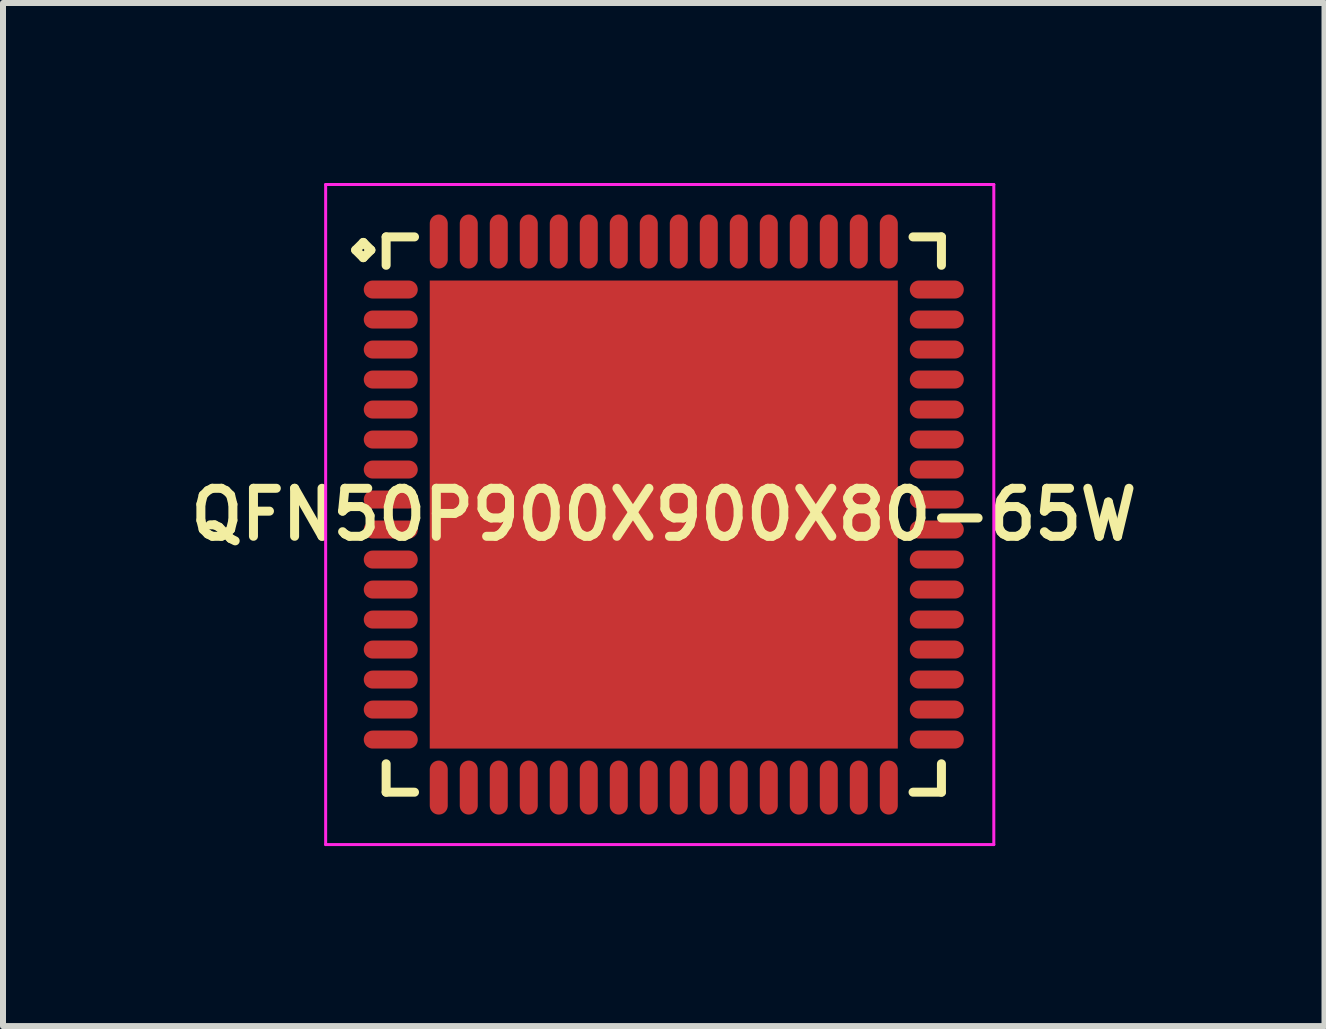
<source format=kicad_pcb>
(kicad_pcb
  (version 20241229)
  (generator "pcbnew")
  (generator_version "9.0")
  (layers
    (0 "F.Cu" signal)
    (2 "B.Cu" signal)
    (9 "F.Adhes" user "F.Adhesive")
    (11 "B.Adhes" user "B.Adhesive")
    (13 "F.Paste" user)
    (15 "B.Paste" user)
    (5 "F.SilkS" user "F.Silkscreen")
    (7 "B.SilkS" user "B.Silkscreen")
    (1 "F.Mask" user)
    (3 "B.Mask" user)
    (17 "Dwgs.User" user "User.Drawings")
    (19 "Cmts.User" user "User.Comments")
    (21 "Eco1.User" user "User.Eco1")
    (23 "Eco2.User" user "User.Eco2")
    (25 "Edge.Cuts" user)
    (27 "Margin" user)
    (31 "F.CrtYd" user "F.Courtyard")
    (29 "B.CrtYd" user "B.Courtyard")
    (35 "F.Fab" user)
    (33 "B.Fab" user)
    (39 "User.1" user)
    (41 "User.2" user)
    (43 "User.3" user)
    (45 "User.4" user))
  (footprint "QFN50P900X900X80-65W"
    (layer "F.Cu")
    (at 8.012 5.525)
    (property "Reference" "QFN50P900X900X80-65W" (at 0 0 0) (layer "F.SilkS") (effects (font (size 0.8 0.8) (thickness 0.15))))
    (attr smd)
    (fp_line (start -5.135 -4.408) (end -5.008 -4.535) (stroke (width 0.15) (type solid)) (layer "F.SilkS"))
    (fp_line (start -5.008 -4.535) (end -4.881 -4.408) (stroke (width 0.15) (type solid)) (layer "F.SilkS"))
    (fp_line (start -5.008 -4.281) (end -5.135 -4.408) (stroke (width 0.15) (type solid)) (layer "F.SilkS"))
    (fp_line (start -4.881 -4.408) (end -5.008 -4.281) (stroke (width 0.15) (type solid)) (layer "F.SilkS"))
    (fp_line (start -4.627 -4.627) (end -4.154 -4.627) (stroke (width 0.15) (type solid)) (layer "F.SilkS"))
    (fp_line (start -4.627 -4.154) (end -4.627 -4.627) (stroke (width 0.15) (type solid)) (layer "F.SilkS"))
    (fp_line (start -4.627 4.154) (end -4.627 4.627) (stroke (width 0.15) (type solid)) (layer "F.SilkS"))
    (fp_line (start -4.627 4.627) (end -4.154 4.627) (stroke (width 0.15) (type solid)) (layer "F.SilkS"))
    (fp_line (start 4.154 -4.627) (end 4.627 -4.627) (stroke (width 0.15) (type solid)) (layer "F.SilkS"))
    (fp_line (start 4.154 4.627) (end 4.627 4.627) (stroke (width 0.15) (type solid)) (layer "F.SilkS"))
    (fp_line (start 4.627 -4.627) (end 4.627 -4.154) (stroke (width 0.15) (type solid)) (layer "F.SilkS"))
    (fp_line (start 4.627 4.627) (end 4.627 4.154) (stroke (width 0.15) (type solid)) (layer "F.SilkS"))
    (fp_line (start -5.635 -5.5) (end 5.5 -5.5) (stroke (width 0.05) (type solid)) (layer "F.CrtYd"))
    (fp_line (start -5.635 5.5) (end -5.635 -5.5) (stroke (width 0.05) (type solid)) (layer "F.CrtYd"))
    (fp_line (start 5.5 -5.5) (end 5.5 5.5) (stroke (width 0.05) (type solid)) (layer "F.CrtYd"))
    (fp_line (start 5.5 5.5) (end -5.635 5.5) (stroke (width 0.05) (type solid)) (layer "F.CrtYd"))
    (pad "1" smd oval (at -4.55 -3.75) (size 0.9 0.3) (layers "F.Cu" "F.Mask" "F.Paste"))
    (pad "2" smd oval (at -4.55 -3.25) (size 0.9 0.3) (layers "F.Cu" "F.Mask" "F.Paste"))
    (pad "3" smd oval (at -4.55 -2.75) (size 0.9 0.3) (layers "F.Cu" "F.Mask" "F.Paste"))
    (pad "4" smd oval (at -4.55 -2.25) (size 0.9 0.3) (layers "F.Cu" "F.Mask" "F.Paste"))
    (pad "5" smd oval (at -4.55 -1.75) (size 0.9 0.3) (layers "F.Cu" "F.Mask" "F.Paste"))
    (pad "6" smd oval (at -4.55 -1.25) (size 0.9 0.3) (layers "F.Cu" "F.Mask" "F.Paste"))
    (pad "7" smd oval (at -4.55 -0.75) (size 0.9 0.3) (layers "F.Cu" "F.Mask" "F.Paste"))
    (pad "8" smd oval (at -4.55 -0.25) (size 0.9 0.3) (layers "F.Cu" "F.Mask" "F.Paste"))
    (pad "9" smd oval (at -4.55 0.25) (size 0.9 0.3) (layers "F.Cu" "F.Mask" "F.Paste"))
    (pad "10" smd oval (at -4.55 0.75) (size 0.9 0.3) (layers "F.Cu" "F.Mask" "F.Paste"))
    (pad "11" smd oval (at -4.55 1.25) (size 0.9 0.3) (layers "F.Cu" "F.Mask" "F.Paste"))
    (pad "12" smd oval (at -4.55 1.75) (size 0.9 0.3) (layers "F.Cu" "F.Mask" "F.Paste"))
    (pad "13" smd oval (at -4.55 2.25) (size 0.9 0.3) (layers "F.Cu" "F.Mask" "F.Paste"))
    (pad "14" smd oval (at -4.55 2.75) (size 0.9 0.3) (layers "F.Cu" "F.Mask" "F.Paste"))
    (pad "15" smd oval (at -4.55 3.25) (size 0.9 0.3) (layers "F.Cu" "F.Mask" "F.Paste"))
    (pad "16" smd oval (at -4.55 3.75) (size 0.9 0.3) (layers "F.Cu" "F.Mask" "F.Paste"))
    (pad "17" smd oval (at -3.75 4.55) (size 0.3 0.9) (layers "F.Cu" "F.Mask" "F.Paste"))
    (pad "18" smd oval (at -3.25 4.55) (size 0.3 0.9) (layers "F.Cu" "F.Mask" "F.Paste"))
    (pad "19" smd oval (at -2.75 4.55) (size 0.3 0.9) (layers "F.Cu" "F.Mask" "F.Paste"))
    (pad "20" smd oval (at -2.25 4.55) (size 0.3 0.9) (layers "F.Cu" "F.Mask" "F.Paste"))
    (pad "21" smd oval (at -1.75 4.55) (size 0.3 0.9) (layers "F.Cu" "F.Mask" "F.Paste"))
    (pad "22" smd oval (at -1.25 4.55) (size 0.3 0.9) (layers "F.Cu" "F.Mask" "F.Paste"))
    (pad "23" smd oval (at -0.75 4.55) (size 0.3 0.9) (layers "F.Cu" "F.Mask" "F.Paste"))
    (pad "24" smd oval (at -0.25 4.55) (size 0.3 0.9) (layers "F.Cu" "F.Mask" "F.Paste"))
    (pad "25" smd oval (at 0.25 4.55) (size 0.3 0.9) (layers "F.Cu" "F.Mask" "F.Paste"))
    (pad "26" smd oval (at 0.75 4.55) (size 0.3 0.9) (layers "F.Cu" "F.Mask" "F.Paste"))
    (pad "27" smd oval (at 1.25 4.55) (size 0.3 0.9) (layers "F.Cu" "F.Mask" "F.Paste"))
    (pad "28" smd oval (at 1.75 4.55) (size 0.3 0.9) (layers "F.Cu" "F.Mask" "F.Paste"))
    (pad "29" smd oval (at 2.25 4.55) (size 0.3 0.9) (layers "F.Cu" "F.Mask" "F.Paste"))
    (pad "30" smd oval (at 2.75 4.55) (size 0.3 0.9) (layers "F.Cu" "F.Mask" "F.Paste"))
    (pad "31" smd oval (at 3.25 4.55) (size 0.3 0.9) (layers "F.Cu" "F.Mask" "F.Paste"))
    (pad "32" smd oval (at 3.75 4.55) (size 0.3 0.9) (layers "F.Cu" "F.Mask" "F.Paste"))
    (pad "33" smd oval (at 4.55 3.75) (size 0.9 0.3) (layers "F.Cu" "F.Mask" "F.Paste"))
    (pad "34" smd oval (at 4.55 3.25) (size 0.9 0.3) (layers "F.Cu" "F.Mask" "F.Paste"))
    (pad "35" smd oval (at 4.55 2.75) (size 0.9 0.3) (layers "F.Cu" "F.Mask" "F.Paste"))
    (pad "36" smd oval (at 4.55 2.25) (size 0.9 0.3) (layers "F.Cu" "F.Mask" "F.Paste"))
    (pad "37" smd oval (at 4.55 1.75) (size 0.9 0.3) (layers "F.Cu" "F.Mask" "F.Paste"))
    (pad "38" smd oval (at 4.55 1.25) (size 0.9 0.3) (layers "F.Cu" "F.Mask" "F.Paste"))
    (pad "39" smd oval (at 4.55 0.75) (size 0.9 0.3) (layers "F.Cu" "F.Mask" "F.Paste"))
    (pad "40" smd oval (at 4.55 0.25) (size 0.9 0.3) (layers "F.Cu" "F.Mask" "F.Paste"))
    (pad "41" smd oval (at 4.55 -0.25) (size 0.9 0.3) (layers "F.Cu" "F.Mask" "F.Paste"))
    (pad "42" smd oval (at 4.55 -0.75) (size 0.9 0.3) (layers "F.Cu" "F.Mask" "F.Paste"))
    (pad "43" smd oval (at 4.55 -1.25) (size 0.9 0.3) (layers "F.Cu" "F.Mask" "F.Paste"))
    (pad "44" smd oval (at 4.55 -1.75) (size 0.9 0.3) (layers "F.Cu" "F.Mask" "F.Paste"))
    (pad "45" smd oval (at 4.55 -2.25) (size 0.9 0.3) (layers "F.Cu" "F.Mask" "F.Paste"))
    (pad "46" smd oval (at 4.55 -2.75) (size 0.9 0.3) (layers "F.Cu" "F.Mask" "F.Paste"))
    (pad "47" smd oval (at 4.55 -3.25) (size 0.9 0.3) (layers "F.Cu" "F.Mask" "F.Paste"))
    (pad "48" smd oval (at 4.55 -3.75) (size 0.9 0.3) (layers "F.Cu" "F.Mask" "F.Paste"))
    (pad "49" smd oval (at 3.75 -4.55) (size 0.3 0.9) (layers "F.Cu" "F.Mask" "F.Paste"))
    (pad "50" smd oval (at 3.25 -4.55) (size 0.3 0.9) (layers "F.Cu" "F.Mask" "F.Paste"))
    (pad "51" smd oval (at 2.75 -4.55) (size 0.3 0.9) (layers "F.Cu" "F.Mask" "F.Paste"))
    (pad "52" smd oval (at 2.25 -4.55) (size 0.3 0.9) (layers "F.Cu" "F.Mask" "F.Paste"))
    (pad "53" smd oval (at 1.75 -4.55) (size 0.3 0.9) (layers "F.Cu" "F.Mask" "F.Paste"))
    (pad "54" smd oval (at 1.25 -4.55) (size 0.3 0.9) (layers "F.Cu" "F.Mask" "F.Paste"))
    (pad "55" smd oval (at 0.75 -4.55) (size 0.3 0.9) (layers "F.Cu" "F.Mask" "F.Paste"))
    (pad "56" smd oval (at 0.25 -4.55) (size 0.3 0.9) (layers "F.Cu" "F.Mask" "F.Paste"))
    (pad "57" smd oval (at -0.25 -4.55) (size 0.3 0.9) (layers "F.Cu" "F.Mask" "F.Paste"))
    (pad "58" smd oval (at -0.75 -4.55) (size 0.3 0.9) (layers "F.Cu" "F.Mask" "F.Paste"))
    (pad "59" smd oval (at -1.25 -4.55) (size 0.3 0.9) (layers "F.Cu" "F.Mask" "F.Paste"))
    (pad "60" smd oval (at -1.75 -4.55) (size 0.3 0.9) (layers "F.Cu" "F.Mask" "F.Paste"))
    (pad "61" smd oval (at -2.25 -4.55) (size 0.3 0.9) (layers "F.Cu" "F.Mask" "F.Paste"))
    (pad "62" smd oval (at -2.75 -4.55) (size 0.3 0.9) (layers "F.Cu" "F.Mask" "F.Paste"))
    (pad "63" smd oval (at -3.25 -4.55) (size 0.3 0.9) (layers "F.Cu" "F.Mask" "F.Paste"))
    (pad "64" smd oval (at -3.75 -4.55) (size 0.3 0.9) (layers "F.Cu" "F.Mask" "F.Paste"))
    (pad "65" smd rect (at 0 0) (size 7.8 7.8) (layers "F.Cu" "F.Mask" "F.Paste")))
  (gr_rect
    (start -3 -3)
    (end 19.023 14.05)
    (stroke (width 0.1) (type default))
    (fill no)
    (layer "Edge.Cuts")))
</source>
